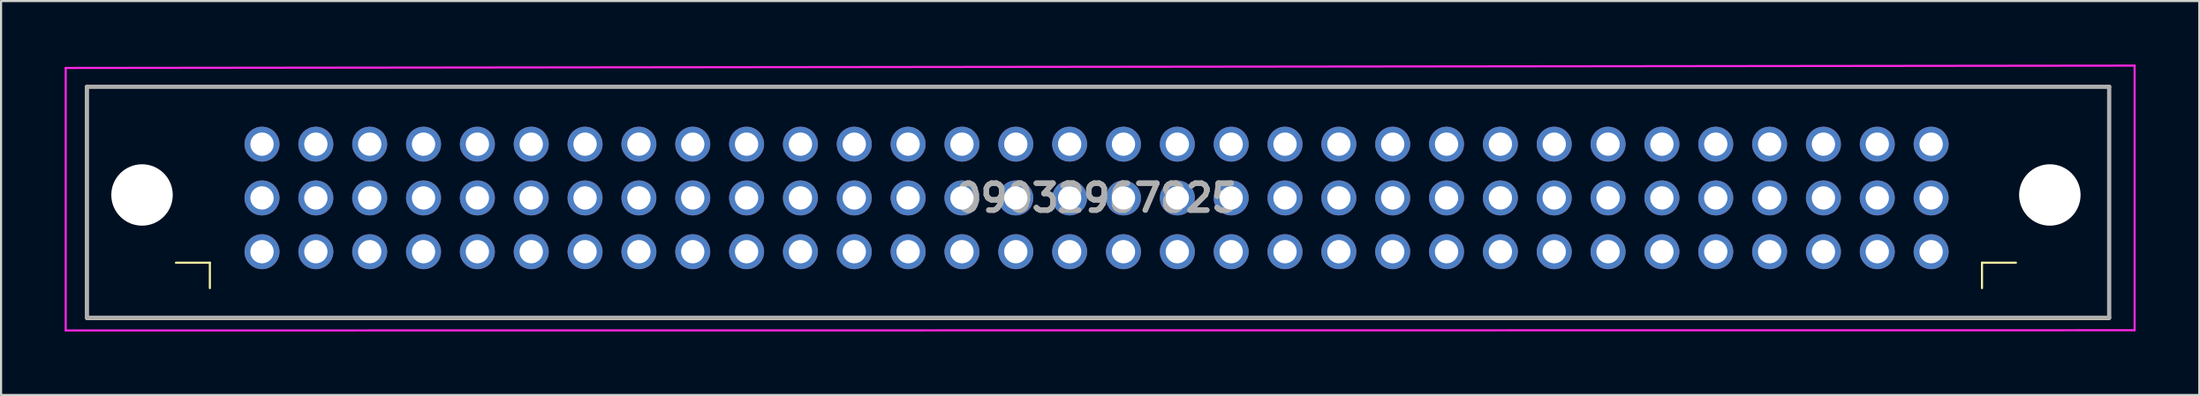
<source format=kicad_pcb>
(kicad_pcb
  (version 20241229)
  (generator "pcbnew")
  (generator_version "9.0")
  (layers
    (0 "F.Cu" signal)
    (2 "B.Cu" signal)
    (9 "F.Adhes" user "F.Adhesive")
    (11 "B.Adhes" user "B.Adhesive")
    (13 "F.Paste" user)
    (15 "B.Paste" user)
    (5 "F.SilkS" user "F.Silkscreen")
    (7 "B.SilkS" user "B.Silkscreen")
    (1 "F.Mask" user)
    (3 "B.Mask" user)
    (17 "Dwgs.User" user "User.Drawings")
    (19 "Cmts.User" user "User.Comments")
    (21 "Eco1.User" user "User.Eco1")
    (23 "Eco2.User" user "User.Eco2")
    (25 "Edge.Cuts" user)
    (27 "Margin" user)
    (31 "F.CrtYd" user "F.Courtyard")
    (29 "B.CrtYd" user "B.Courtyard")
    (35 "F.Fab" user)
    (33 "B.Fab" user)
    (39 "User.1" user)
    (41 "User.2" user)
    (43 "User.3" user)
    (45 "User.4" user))
  (footprint "09032967825"
    (layer "F.Cu")
    (at 93.65 6.16)
    (property "Reference" "09032967825" (at -44.97 0.14 0) (layer "F.Fab") (effects (font (size 1.27 1.27) (thickness 0.254))))
    (attr through_hole)
    (fp_line (start -92.6 -5.11) (end 2.8 -5.11) (stroke (width 0.1) (type solid)) (layer "F.SilkS"))
    (fp_line (start -92.6 5.86) (end -92.6 -5.11) (stroke (width 0.1) (type solid)) (layer "F.SilkS"))
    (fp_line (start -88.4 3.2) (end -86.8 3.2) (stroke (width 0.1) (type solid)) (layer "F.SilkS"))
    (fp_line (start -86.8 3.2) (end -86.8 4.4) (stroke (width 0.1) (type solid)) (layer "F.SilkS"))
    (fp_line (start -3.2 3.2) (end -3.2 4.4) (stroke (width 0.1) (type solid)) (layer "F.SilkS"))
    (fp_line (start -1.6 3.2) (end -3.2 3.2) (stroke (width 0.1) (type solid)) (layer "F.SilkS"))
    (fp_line (start 2.8 -5.11) (end 2.8 5.86) (stroke (width 0.1) (type solid)) (layer "F.SilkS"))
    (fp_line (start 2.8 5.86) (end -92.6 5.86) (stroke (width 0.1) (type solid)) (layer "F.SilkS"))
    (fp_line (start -93.6 -6) (end 4 -6.11) (stroke (width 0.1) (type solid)) (layer "F.CrtYd"))
    (fp_line (start -93.6 6.4) (end -93.6 -6) (stroke (width 0.1) (type solid)) (layer "F.CrtYd"))
    (fp_line (start 4 -6.11) (end 4 6.39) (stroke (width 0.1) (type solid)) (layer "F.CrtYd"))
    (fp_line (start 4 6.39) (end -93.6 6.4) (stroke (width 0.1) (type solid)) (layer "F.CrtYd"))
    (fp_line (start -92.6 -5.11) (end 2.8 -5.11) (stroke (width 0.2) (type solid)) (layer "F.Fab"))
    (fp_line (start -92.6 5.8) (end -92.6 -5.11) (stroke (width 0.2) (type solid)) (layer "F.Fab"))
    (fp_line (start 2.8 -5.11) (end 2.8 5.8) (stroke (width 0.2) (type solid)) (layer "F.Fab"))
    (fp_line (start 2.8 5.8) (end -92.6 5.8) (stroke (width 0.2) (type solid)) (layer "F.Fab"))
    (fp_text user "${REFERENCE}" (at -44.97 0.14 0) (layer "F.Fab") (effects (font (size 1.27 1.27) (thickness 0.254))))
    (pad "" np_thru_hole circle (at -90 0) (size 2.9 2.9) (drill 2.9) (layers "*.Cu" "*.Mask"))
    (pad "" np_thru_hole circle (at 0 0) (size 2.9 2.9) (drill 2.9) (layers "*.Cu" "*.Mask"))
    (pad "1" thru_hole circle (at -5.6 -2.4) (size 1.65 1.65) (drill 1.1) (layers "*.Cu" "*.Mask"))
    (pad "2" thru_hole circle (at -5.6 0.14) (size 1.65 1.65) (drill 1.1) (layers "*.Cu" "*.Mask"))
    (pad "3" thru_hole circle (at -5.6 2.68) (size 1.65 1.65) (drill 1.1) (layers "*.Cu" "*.Mask"))
    (pad "4" thru_hole circle (at -8.14 -2.4) (size 1.65 1.65) (drill 1.1) (layers "*.Cu" "*.Mask"))
    (pad "5" thru_hole circle (at -8.14 0.14) (size 1.65 1.65) (drill 1.1) (layers "*.Cu" "*.Mask"))
    (pad "6" thru_hole circle (at -8.14 2.68) (size 1.65 1.65) (drill 1.1) (layers "*.Cu" "*.Mask"))
    (pad "7" thru_hole circle (at -10.68 -2.4) (size 1.65 1.65) (drill 1.1) (layers "*.Cu" "*.Mask"))
    (pad "8" thru_hole circle (at -10.68 0.14) (size 1.65 1.65) (drill 1.1) (layers "*.Cu" "*.Mask"))
    (pad "9" thru_hole circle (at -10.68 2.68) (size 1.65 1.65) (drill 1.1) (layers "*.Cu" "*.Mask"))
    (pad "10" thru_hole circle (at -13.22 -2.4) (size 1.65 1.65) (drill 1.1) (layers "*.Cu" "*.Mask"))
    (pad "11" thru_hole circle (at -13.22 0.14) (size 1.65 1.65) (drill 1.1) (layers "*.Cu" "*.Mask"))
    (pad "12" thru_hole circle (at -13.22 2.68) (size 1.65 1.65) (drill 1.1) (layers "*.Cu" "*.Mask"))
    (pad "13" thru_hole circle (at -15.76 -2.4) (size 1.65 1.65) (drill 1.1) (layers "*.Cu" "*.Mask"))
    (pad "14" thru_hole circle (at -15.76 0.14) (size 1.65 1.65) (drill 1.1) (layers "*.Cu" "*.Mask"))
    (pad "15" thru_hole circle (at -15.76 2.68) (size 1.65 1.65) (drill 1.1) (layers "*.Cu" "*.Mask"))
    (pad "16" thru_hole circle (at -18.3 -2.4) (size 1.65 1.65) (drill 1.1) (layers "*.Cu" "*.Mask"))
    (pad "17" thru_hole circle (at -18.3 0.14) (size 1.65 1.65) (drill 1.1) (layers "*.Cu" "*.Mask"))
    (pad "18" thru_hole circle (at -18.3 2.68) (size 1.65 1.65) (drill 1.1) (layers "*.Cu" "*.Mask"))
    (pad "19" thru_hole circle (at -20.84 -2.4) (size 1.65 1.65) (drill 1.1) (layers "*.Cu" "*.Mask"))
    (pad "20" thru_hole circle (at -20.84 0.14) (size 1.65 1.65) (drill 1.1) (layers "*.Cu" "*.Mask"))
    (pad "21" thru_hole circle (at -20.84 2.68) (size 1.65 1.65) (drill 1.1) (layers "*.Cu" "*.Mask"))
    (pad "22" thru_hole circle (at -23.38 -2.4) (size 1.65 1.65) (drill 1.1) (layers "*.Cu" "*.Mask"))
    (pad "23" thru_hole circle (at -23.38 0.14) (size 1.65 1.65) (drill 1.1) (layers "*.Cu" "*.Mask"))
    (pad "24" thru_hole circle (at -23.38 2.68) (size 1.65 1.65) (drill 1.1) (layers "*.Cu" "*.Mask"))
    (pad "25" thru_hole circle (at -25.92 -2.4) (size 1.65 1.65) (drill 1.1) (layers "*.Cu" "*.Mask"))
    (pad "26" thru_hole circle (at -25.92 0.14) (size 1.65 1.65) (drill 1.1) (layers "*.Cu" "*.Mask"))
    (pad "27" thru_hole circle (at -25.92 2.68) (size 1.65 1.65) (drill 1.1) (layers "*.Cu" "*.Mask"))
    (pad "28" thru_hole circle (at -28.46 -2.4) (size 1.65 1.65) (drill 1.1) (layers "*.Cu" "*.Mask"))
    (pad "29" thru_hole circle (at -28.46 0.14) (size 1.65 1.65) (drill 1.1) (layers "*.Cu" "*.Mask"))
    (pad "30" thru_hole circle (at -28.46 2.68) (size 1.65 1.65) (drill 1.1) (layers "*.Cu" "*.Mask"))
    (pad "31" thru_hole circle (at -31 -2.4) (size 1.65 1.65) (drill 1.1) (layers "*.Cu" "*.Mask"))
    (pad "32" thru_hole circle (at -31 0.14) (size 1.65 1.65) (drill 1.1) (layers "*.Cu" "*.Mask"))
    (pad "33" thru_hole circle (at -31 2.68) (size 1.65 1.65) (drill 1.1) (layers "*.Cu" "*.Mask"))
    (pad "34" thru_hole circle (at -33.54 -2.4) (size 1.65 1.65) (drill 1.1) (layers "*.Cu" "*.Mask"))
    (pad "35" thru_hole circle (at -33.54 0.14) (size 1.65 1.65) (drill 1.1) (layers "*.Cu" "*.Mask"))
    (pad "36" thru_hole circle (at -33.54 2.68) (size 1.65 1.65) (drill 1.1) (layers "*.Cu" "*.Mask"))
    (pad "37" thru_hole circle (at -36.08 -2.4) (size 1.65 1.65) (drill 1.1) (layers "*.Cu" "*.Mask"))
    (pad "38" thru_hole circle (at -36.08 0.14) (size 1.65 1.65) (drill 1.1) (layers "*.Cu" "*.Mask"))
    (pad "39" thru_hole circle (at -36.08 2.68) (size 1.65 1.65) (drill 1.1) (layers "*.Cu" "*.Mask"))
    (pad "40" thru_hole circle (at -38.62 -2.4) (size 1.65 1.65) (drill 1.1) (layers "*.Cu" "*.Mask"))
    (pad "41" thru_hole circle (at -38.62 0.14) (size 1.65 1.65) (drill 1.1) (layers "*.Cu" "*.Mask"))
    (pad "42" thru_hole circle (at -38.62 2.68) (size 1.65 1.65) (drill 1.1) (layers "*.Cu" "*.Mask"))
    (pad "43" thru_hole circle (at -41.16 -2.4) (size 1.65 1.65) (drill 1.1) (layers "*.Cu" "*.Mask"))
    (pad "44" thru_hole circle (at -41.16 0.14) (size 1.65 1.65) (drill 1.1) (layers "*.Cu" "*.Mask"))
    (pad "45" thru_hole circle (at -41.16 2.68) (size 1.65 1.65) (drill 1.1) (layers "*.Cu" "*.Mask"))
    (pad "46" thru_hole circle (at -43.7 -2.4) (size 1.65 1.65) (drill 1.1) (layers "*.Cu" "*.Mask"))
    (pad "47" thru_hole circle (at -43.7 0.14) (size 1.65 1.65) (drill 1.1) (layers "*.Cu" "*.Mask"))
    (pad "48" thru_hole circle (at -43.7 2.68) (size 1.65 1.65) (drill 1.1) (layers "*.Cu" "*.Mask"))
    (pad "49" thru_hole circle (at -46.24 -2.4) (size 1.65 1.65) (drill 1.1) (layers "*.Cu" "*.Mask"))
    (pad "50" thru_hole circle (at -46.24 0.14) (size 1.65 1.65) (drill 1.1) (layers "*.Cu" "*.Mask"))
    (pad "51" thru_hole circle (at -46.24 2.68) (size 1.65 1.65) (drill 1.1) (layers "*.Cu" "*.Mask"))
    (pad "52" thru_hole circle (at -48.78 -2.4) (size 1.65 1.65) (drill 1.1) (layers "*.Cu" "*.Mask"))
    (pad "53" thru_hole circle (at -48.78 0.14) (size 1.65 1.65) (drill 1.1) (layers "*.Cu" "*.Mask"))
    (pad "54" thru_hole circle (at -48.78 2.68) (size 1.65 1.65) (drill 1.1) (layers "*.Cu" "*.Mask"))
    (pad "55" thru_hole circle (at -51.32 -2.4) (size 1.65 1.65) (drill 1.1) (layers "*.Cu" "*.Mask"))
    (pad "56" thru_hole circle (at -51.32 0.14) (size 1.65 1.65) (drill 1.1) (layers "*.Cu" "*.Mask"))
    (pad "57" thru_hole circle (at -51.32 2.68) (size 1.65 1.65) (drill 1.1) (layers "*.Cu" "*.Mask"))
    (pad "58" thru_hole circle (at -53.86 -2.4) (size 1.65 1.65) (drill 1.1) (layers "*.Cu" "*.Mask"))
    (pad "59" thru_hole circle (at -53.86 0.14) (size 1.65 1.65) (drill 1.1) (layers "*.Cu" "*.Mask"))
    (pad "60" thru_hole circle (at -53.86 2.68) (size 1.65 1.65) (drill 1.1) (layers "*.Cu" "*.Mask"))
    (pad "61" thru_hole circle (at -56.4 -2.4) (size 1.65 1.65) (drill 1.1) (layers "*.Cu" "*.Mask"))
    (pad "62" thru_hole circle (at -56.4 0.14) (size 1.65 1.65) (drill 1.1) (layers "*.Cu" "*.Mask"))
    (pad "63" thru_hole circle (at -56.4 2.68) (size 1.65 1.65) (drill 1.1) (layers "*.Cu" "*.Mask"))
    (pad "64" thru_hole circle (at -58.94 -2.4) (size 1.65 1.65) (drill 1.1) (layers "*.Cu" "*.Mask"))
    (pad "65" thru_hole circle (at -58.94 0.14) (size 1.65 1.65) (drill 1.1) (layers "*.Cu" "*.Mask"))
    (pad "66" thru_hole circle (at -58.94 2.68) (size 1.65 1.65) (drill 1.1) (layers "*.Cu" "*.Mask"))
    (pad "67" thru_hole circle (at -61.48 -2.4) (size 1.65 1.65) (drill 1.1) (layers "*.Cu" "*.Mask"))
    (pad "68" thru_hole circle (at -61.48 0.14) (size 1.65 1.65) (drill 1.1) (layers "*.Cu" "*.Mask"))
    (pad "69" thru_hole circle (at -61.48 2.68) (size 1.65 1.65) (drill 1.1) (layers "*.Cu" "*.Mask"))
    (pad "70" thru_hole circle (at -64.02 -2.4) (size 1.65 1.65) (drill 1.1) (layers "*.Cu" "*.Mask"))
    (pad "71" thru_hole circle (at -64.02 0.14) (size 1.65 1.65) (drill 1.1) (layers "*.Cu" "*.Mask"))
    (pad "72" thru_hole circle (at -64.02 2.68) (size 1.65 1.65) (drill 1.1) (layers "*.Cu" "*.Mask"))
    (pad "73" thru_hole circle (at -66.56 -2.4) (size 1.65 1.65) (drill 1.1) (layers "*.Cu" "*.Mask"))
    (pad "74" thru_hole circle (at -66.56 0.14) (size 1.65 1.65) (drill 1.1) (layers "*.Cu" "*.Mask"))
    (pad "75" thru_hole circle (at -66.56 2.68) (size 1.65 1.65) (drill 1.1) (layers "*.Cu" "*.Mask"))
    (pad "76" thru_hole circle (at -69.1 -2.4) (size 1.65 1.65) (drill 1.1) (layers "*.Cu" "*.Mask"))
    (pad "77" thru_hole circle (at -69.1 0.14) (size 1.65 1.65) (drill 1.1) (layers "*.Cu" "*.Mask"))
    (pad "78" thru_hole circle (at -69.1 2.68) (size 1.65 1.65) (drill 1.1) (layers "*.Cu" "*.Mask"))
    (pad "79" thru_hole circle (at -71.64 -2.4) (size 1.65 1.65) (drill 1.1) (layers "*.Cu" "*.Mask"))
    (pad "80" thru_hole circle (at -71.64 0.14) (size 1.65 1.65) (drill 1.1) (layers "*.Cu" "*.Mask"))
    (pad "81" thru_hole circle (at -71.64 2.68) (size 1.65 1.65) (drill 1.1) (layers "*.Cu" "*.Mask"))
    (pad "82" thru_hole circle (at -74.18 -2.4) (size 1.65 1.65) (drill 1.1) (layers "*.Cu" "*.Mask"))
    (pad "83" thru_hole circle (at -74.18 0.14) (size 1.65 1.65) (drill 1.1) (layers "*.Cu" "*.Mask"))
    (pad "84" thru_hole circle (at -74.18 2.68) (size 1.65 1.65) (drill 1.1) (layers "*.Cu" "*.Mask"))
    (pad "85" thru_hole circle (at -76.72 -2.4) (size 1.65 1.65) (drill 1.1) (layers "*.Cu" "*.Mask"))
    (pad "86" thru_hole circle (at -76.72 0.14) (size 1.65 1.65) (drill 1.1) (layers "*.Cu" "*.Mask"))
    (pad "87" thru_hole circle (at -76.72 2.68) (size 1.65 1.65) (drill 1.1) (layers "*.Cu" "*.Mask"))
    (pad "88" thru_hole circle (at -79.26 -2.4) (size 1.65 1.65) (drill 1.1) (layers "*.Cu" "*.Mask"))
    (pad "89" thru_hole circle (at -79.26 0.14) (size 1.65 1.65) (drill 1.1) (layers "*.Cu" "*.Mask"))
    (pad "90" thru_hole circle (at -79.26 2.68) (size 1.65 1.65) (drill 1.1) (layers "*.Cu" "*.Mask"))
    (pad "91" thru_hole circle (at -81.8 -2.4) (size 1.65 1.65) (drill 1.1) (layers "*.Cu" "*.Mask"))
    (pad "92" thru_hole circle (at -81.8 0.14) (size 1.65 1.65) (drill 1.1) (layers "*.Cu" "*.Mask"))
    (pad "93" thru_hole circle (at -81.8 2.68) (size 1.65 1.65) (drill 1.1) (layers "*.Cu" "*.Mask"))
    (pad "94" thru_hole circle (at -84.34 -2.4) (size 1.65 1.65) (drill 1.1) (layers "*.Cu" "*.Mask"))
    (pad "95" thru_hole circle (at -84.34 0.14) (size 1.65 1.65) (drill 1.1) (layers "*.Cu" "*.Mask"))
    (pad "96" thru_hole circle (at -84.34 2.68) (size 1.65 1.65) (drill 1.1) (layers "*.Cu" "*.Mask")))
  (gr_rect
    (start -3 -3)
    (end 100.7 15.61)
    (stroke (width 0.1) (type default))
    (fill no)
    (layer "Edge.Cuts")))
</source>
